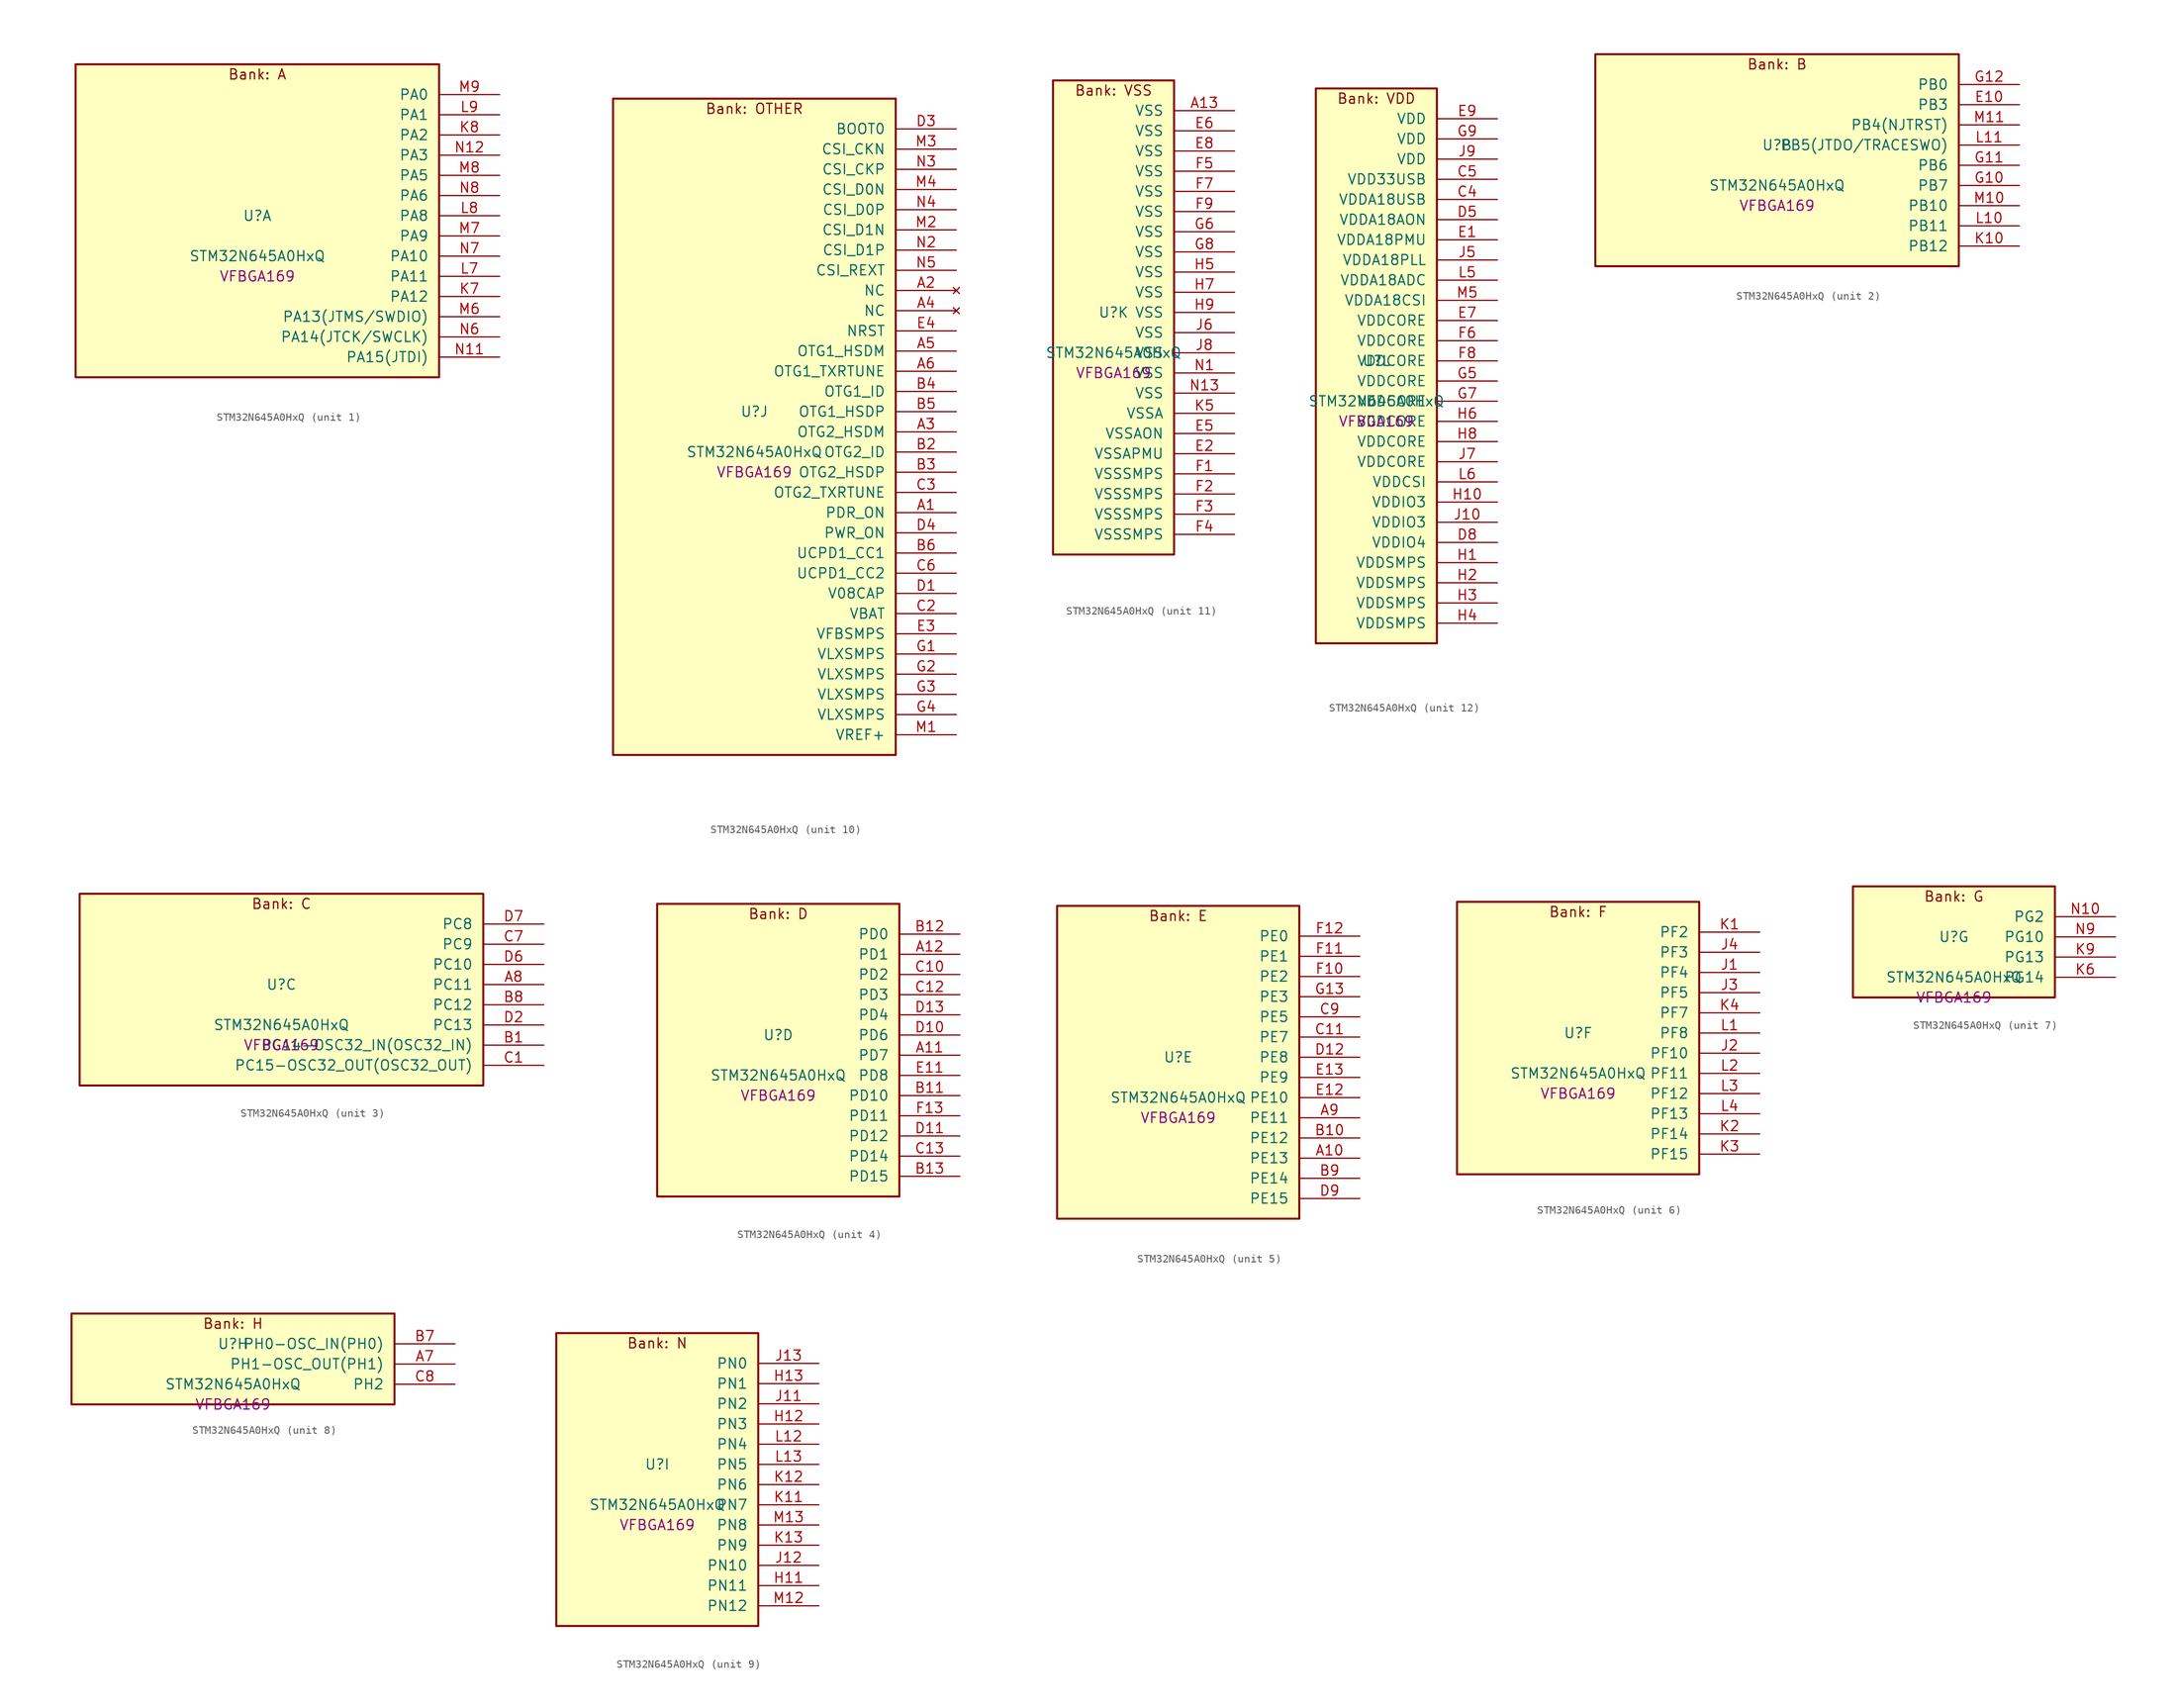
<source format=kicad_sym>
(kicad_symbol_lib
  (version 20241209)
  (generator "stm32_pkl_generator")
  (generator_version "1.0")
  (symbol "STM32N645A0HxQ"
    (pin_names
      (offset 1.27))
    (property "Reference" "U"
      (at 0 2.54 0))
    (property "Value" "STM32N645A0HxQ"
      (at 0 -2.54 0))
    (property "Footprint" "VFBGA169"
      (at 0 -5.08 0))
    (symbol "STM32N645A0HxQ_1_1"
      (rectangle (start -22.86 21.59) (end 22.86 -17.78) (stroke (width 0.254) (type solid)) (fill (type background)))
      (text "Bank: A" (at 0 20.32 0))
      (pin bidirectional line (at 30.48 17.78 180) (length 7.62) (name "PA0") (number "M9") (alternate "PA0/ADC1_INN1" bidirectional line) (alternate "PA0/ADC1_INP0" bidirectional line) (alternate "PA0/ADC2_INN1" bidirectional line) (alternate "PA0/ADC2_INP0" bidirectional line) (alternate "PA0/HDP_HDP0" bidirectional line) (alternate "PA0/I2S6_WS" bidirectional line) (alternate "PA0/LTDC_G3" bidirectional line) (alternate "PA0/PWR_WKUP1" bidirectional line) (alternate "PA0/SAI2_SD_B" bidirectional line) (alternate "PA0/SPI6_NSS" bidirectional line) (alternate "PA0/TIM15_BKIN" bidirectional line) (alternate "PA0/TIM2_CH1" bidirectional line) (alternate "PA0/TIM9_CH1" bidirectional line) (alternate "PA0/UART4_TX" bidirectional line))
      (pin bidirectional line (at 30.48 15.24 180) (length 7.62) (name "PA1") (number "L9") (alternate "PA1/ADC1_INP1" bidirectional line) (alternate "PA1/ADC2_INP1" bidirectional line) (alternate "PA1/DCMIPP_D0" bidirectional line) (alternate "PA1/DCMI_D0" bidirectional line) (alternate "PA1/HDP_HDP1" bidirectional line) (alternate "PA1/LTDC_G2" bidirectional line) (alternate "PA1/PSSI_D0" bidirectional line) (alternate "PA1/SAI2_MCLK_B" bidirectional line) (alternate "PA1/TIM15_CH1N" bidirectional line) (alternate "PA1/TIM2_CH2" bidirectional line) (alternate "PA1/UART4_RX" bidirectional line))
      (pin bidirectional line (at 30.48 12.7 180) (length 7.62) (name "PA2") (number "K8") (alternate "PA2/ADC1_INP14" bidirectional line) (alternate "PA2/ADC2_INP14" bidirectional line) (alternate "PA2/HDP_HDP2" bidirectional line) (alternate "PA2/LTDC_B7" bidirectional line) (alternate "PA2/MDIOS_MDIO" bidirectional line) (alternate "PA2/PWR_WKUP2" bidirectional line) (alternate "PA2/SAI2_SCK_B" bidirectional line) (alternate "PA2/TIM15_CH1" bidirectional line) (alternate "PA2/TIM2_CH3" bidirectional line))
      (pin bidirectional line (at 30.48 10.16 180) (length 7.62) (name "PA3") (number "N12") (alternate "PA3/SAI1_SD_B" bidirectional line) (alternate "PA3/SPI5_NSS" bidirectional line) (alternate "PA3/TIM16_CH1" bidirectional line) (alternate "PA3/UART7_RX" bidirectional line))
      (pin bidirectional line (at 30.48 7.62 180) (length 7.62) (name "PA5") (number "M8") (alternate "PA5/ADC2_INP18" bidirectional line) (alternate "PA5/DCMIPP_D8" bidirectional line) (alternate "PA5/DCMI_D8" bidirectional line) (alternate "PA5/HDP_HDP5" bidirectional line) (alternate "PA5/I2S1_CK" bidirectional line) (alternate "PA5/I2S6_CK" bidirectional line) (alternate "PA5/I3C1_SCL" bidirectional line) (alternate "PA5/LTDC_CLK" bidirectional line) (alternate "PA5/PSSI_D8" bidirectional line) (alternate "PA5/PWR_CSTOP" bidirectional line) (alternate "PA5/SPI1_SCK" bidirectional line) (alternate "PA5/SPI6_SCK" bidirectional line) (alternate "PA5/TIM10_CH1" bidirectional line) (alternate "PA5/TIM2_CH1" bidirectional line) (alternate "PA5/TIM2_ETR" bidirectional line) (alternate "PA5/TIM9_CH2" bidirectional line))
      (pin bidirectional line (at 30.48 5.08 180) (length 7.62) (name "PA6") (number "N8") (alternate "PA6/ADC1_INP3" bidirectional line) (alternate "PA6/ADC2_INP3" bidirectional line) (alternate "PA6/BOOT1" bidirectional line) (alternate "PA6/DCMIPP_PIXCLK" bidirectional line) (alternate "PA6/DCMI_PIXCLK" bidirectional line) (alternate "PA6/HDP_HDP6" bidirectional line) (alternate "PA6/I2S1_SDI" bidirectional line) (alternate "PA6/I2S6_SDI" bidirectional line) (alternate "PA6/I3C1_SDA" bidirectional line) (alternate "PA6/LTDC_B7" bidirectional line) (alternate "PA6/LTDC_HSYNC" bidirectional line) (alternate "PA6/MDIOS_MDC" bidirectional line) (alternate "PA6/PSSI_PDCK" bidirectional line) (alternate "PA6/SPI1_MISO" bidirectional line) (alternate "PA6/SPI6_MISO" bidirectional line) (alternate "PA6/TIM13_CH1" bidirectional line) (alternate "PA6/TIM1_BKIN" bidirectional line) (alternate "PA6/TIM3_CH1" bidirectional line))
      (pin bidirectional line (at 30.48 2.54 180) (length 7.62) (name "PA8") (number "L8") (alternate "PA8/ADC1_INP5" bidirectional line) (alternate "PA8/ADC2_INP5" bidirectional line) (alternate "PA8/HDP_HDP0" bidirectional line) (alternate "PA8/I2C3_SCL" bidirectional line) (alternate "PA8/I3C2_SCL" bidirectional line) (alternate "PA8/LTDC_B6" bidirectional line) (alternate "PA8/RCC_MCO_1" bidirectional line) (alternate "PA8/TIM11_CH1" bidirectional line) (alternate "PA8/TIM1_CH1" bidirectional line) (alternate "PA8/UART7_RX" bidirectional line) (alternate "PA8/USART1_CK" bidirectional line))
      (pin bidirectional line (at 30.48 0 180) (length 7.62) (name "PA9") (number "M7") (alternate "PA9/ADC1_INP10" bidirectional line) (alternate "PA9/ADC2_INP10" bidirectional line) (alternate "PA9/DCMIPP_D0" bidirectional line) (alternate "PA9/DCMI_D0" bidirectional line) (alternate "PA9/HDP_HDP1" bidirectional line) (alternate "PA9/I2C3_SDA" bidirectional line) (alternate "PA9/I2S2_CK" bidirectional line) (alternate "PA9/I3C2_SDA" bidirectional line) (alternate "PA9/LPUART1_TX" bidirectional line) (alternate "PA9/LTDC_B5" bidirectional line) (alternate "PA9/PSSI_D0" bidirectional line) (alternate "PA9/SPI2_SCK" bidirectional line) (alternate "PA9/TIM1_CH2" bidirectional line) (alternate "PA9/USART1_TX" bidirectional line))
      (pin bidirectional line (at 30.48 -2.54 180) (length 7.62) (name "PA10") (number "N7") (alternate "PA10/ADC1_INN10" bidirectional line) (alternate "PA10/ADC1_INP11" bidirectional line) (alternate "PA10/ADC2_INN10" bidirectional line) (alternate "PA10/ADC2_INP11" bidirectional line) (alternate "PA10/DCMIPP_D1" bidirectional line) (alternate "PA10/DCMI_D1" bidirectional line) (alternate "PA10/HDP_HDP2" bidirectional line) (alternate "PA10/LPUART1_RX" bidirectional line) (alternate "PA10/LTDC_B4" bidirectional line) (alternate "PA10/MDIOS_MDIO" bidirectional line) (alternate "PA10/PSSI_D1" bidirectional line) (alternate "PA10/PWR_CSLEEP" bidirectional line) (alternate "PA10/TIM1_CH3" bidirectional line) (alternate "PA10/USART1_RX" bidirectional line))
      (pin bidirectional line (at 30.48 -5.08 180) (length 7.62) (name "PA11") (number "L7") (alternate "PA11/ADC1_EXTI11" bidirectional line) (alternate "PA11/ADC1_INN11" bidirectional line) (alternate "PA11/ADC1_INP12" bidirectional line) (alternate "PA11/ADC2_EXTI11" bidirectional line) (alternate "PA11/ADC2_INN11" bidirectional line) (alternate "PA11/ADC2_INP12" bidirectional line) (alternate "PA11/FDCAN1_RX" bidirectional line) (alternate "PA11/HDP_HDP3" bidirectional line) (alternate "PA11/I2S2_WS" bidirectional line) (alternate "PA11/LPUART1_CTS" bidirectional line) (alternate "PA11/LTDC_B3" bidirectional line) (alternate "PA11/SPI2_NSS" bidirectional line) (alternate "PA11/TIM1_CH4" bidirectional line) (alternate "PA11/UART4_RX" bidirectional line) (alternate "PA11/USART1_CTS" bidirectional line) (alternate "PA11/USART1_NSS" bidirectional line))
      (pin bidirectional line (at 30.48 -7.62 180) (length 7.62) (name "PA12") (number "K7") (alternate "PA12/ADC1_INN12" bidirectional line) (alternate "PA12/ADC1_INP13" bidirectional line) (alternate "PA12/ADC2_INN12" bidirectional line) (alternate "PA12/ADC2_INP13" bidirectional line) (alternate "PA12/FDCAN1_TX" bidirectional line) (alternate "PA12/HDP_HDP4" bidirectional line) (alternate "PA12/I2S2_CK" bidirectional line) (alternate "PA12/LPUART1_RTS" bidirectional line) (alternate "PA12/LTDC_B2" bidirectional line) (alternate "PA12/SAI2_FS_B" bidirectional line) (alternate "PA12/SPI2_SCK" bidirectional line) (alternate "PA12/TIM1_ETR" bidirectional line) (alternate "PA12/UART4_TX" bidirectional line) (alternate "PA12/USART1_RTS" bidirectional line))
      (pin bidirectional line (at 30.48 -10.16 180) (length 7.62) (name "PA13(JTMS/SWDIO)") (number "M6") (alternate "PA13(JTMS/SWDIO)/DEBUG_JTMS-SWDIO" bidirectional line) (alternate "PA13(JTMS/SWDIO)/HDP_HDP5" bidirectional line))
      (pin bidirectional line (at 30.48 -12.7 180) (length 7.62) (name "PA14(JTCK/SWCLK)") (number "N6") (alternate "PA14(JTCK/SWCLK)/DEBUG_JTCK-SWCLK" bidirectional line) (alternate "PA14(JTCK/SWCLK)/HDP_HDP6" bidirectional line))
      (pin bidirectional line (at 30.48 -15.24 180) (length 7.62) (name "PA15(JTDI)") (number "N11") (alternate "PA15(JTDI)/ADC1_EXTI15" bidirectional line) (alternate "PA15(JTDI)/ADC2_EXTI15" bidirectional line) (alternate "PA15(JTDI)/DEBUG_JTDI" bidirectional line) (alternate "PA15(JTDI)/HDP_HDP7" bidirectional line) (alternate "PA15(JTDI)/I2S1_WS" bidirectional line) (alternate "PA15(JTDI)/I2S3_WS" bidirectional line) (alternate "PA15(JTDI)/I2S6_WS" bidirectional line) (alternate "PA15(JTDI)/LTDC_R5" bidirectional line) (alternate "PA15(JTDI)/SPI1_NSS" bidirectional line) (alternate "PA15(JTDI)/SPI3_NSS" bidirectional line) (alternate "PA15(JTDI)/SPI6_NSS" bidirectional line) (alternate "PA15(JTDI)/TIM2_CH1" bidirectional line) (alternate "PA15(JTDI)/TIM2_ETR" bidirectional line) (alternate "PA15(JTDI)/UART4_DE" bidirectional line) (alternate "PA15(JTDI)/UART4_RTS" bidirectional line) (alternate "PA15(JTDI)/UART7_TX" bidirectional line)))
    (symbol "STM32N645A0HxQ_2_1"
      (rectangle (start -22.86 13.97) (end 22.86 -12.7) (stroke (width 0.254) (type solid)) (fill (type background)))
      (text "Bank: B" (at 0 12.7 0))
      (pin bidirectional line (at 30.48 10.16 180) (length 7.62) (name "PB0") (number "G12") (alternate "PB0/ADF1_SDI0" bidirectional line) (alternate "PB0/DCMIPP_D4" bidirectional line) (alternate "PB0/DCMI_D4" bidirectional line) (alternate "PB0/DEBUG_TRACED1" bidirectional line) (alternate "PB0/MDF1_SDI2" bidirectional line) (alternate "PB0/PSSI_D4" bidirectional line) (alternate "PB0/SAI1_D2" bidirectional line) (alternate "PB0/SAI1_FS_A" bidirectional line) (alternate "PB0/SPI4_NSS" bidirectional line) (alternate "PB0/TIM15_CH1N" bidirectional line) (alternate "PB0/TIM1_CH4" bidirectional line))
      (pin bidirectional line (at 30.48 7.62 180) (length 7.62) (name "PB3") (number "E10") (alternate "PB3/DEBUG_JTDO-SWO" bidirectional line) (alternate "PB3/DEBUG_TRACECLK" bidirectional line) (alternate "PB3/GFXTIM_FCKCAL" bidirectional line) (alternate "PB3/GFXTIM_LCKCAL" bidirectional line) (alternate "PB3/HDP_HDP0" bidirectional line) (alternate "PB3/MDF1_CKI1" bidirectional line) (alternate "PB3/SAI2_FS_B" bidirectional line) (alternate "PB3/TIM1_CH4N" bidirectional line) (alternate "PB3/USART1_CK" bidirectional line))
      (pin bidirectional line (at 30.48 5.08 180) (length 7.62) (name "PB4(NJTRST)") (number "M11") (alternate "PB4(NJTRST)/DCMIPP_VSYNC" bidirectional line) (alternate "PB4(NJTRST)/DCMI_VSYNC" bidirectional line) (alternate "PB4(NJTRST)/DEBUG_NJTRST" bidirectional line) (alternate "PB4(NJTRST)/HDP_HDP4" bidirectional line) (alternate "PB4(NJTRST)/I2S1_SDI" bidirectional line) (alternate "PB4(NJTRST)/I2S2_WS" bidirectional line) (alternate "PB4(NJTRST)/I2S3_SDI" bidirectional line) (alternate "PB4(NJTRST)/I2S6_SDI" bidirectional line) (alternate "PB4(NJTRST)/LTDC_R3" bidirectional line) (alternate "PB4(NJTRST)/PSSI_RDY" bidirectional line) (alternate "PB4(NJTRST)/SPI1_MISO" bidirectional line) (alternate "PB4(NJTRST)/SPI2_NSS" bidirectional line) (alternate "PB4(NJTRST)/SPI3_MISO" bidirectional line) (alternate "PB4(NJTRST)/SPI6_MISO" bidirectional line) (alternate "PB4(NJTRST)/TIM16_BKIN" bidirectional line) (alternate "PB4(NJTRST)/TIM3_CH1" bidirectional line) (alternate "PB4(NJTRST)/UART7_TX" bidirectional line))
      (pin bidirectional line (at 30.48 2.54 180) (length 7.62) (name "PB5(JTDO/TRACESWO)") (number "L11") (alternate "PB5(JTDO/TRACESWO)/DCMIPP_D10" bidirectional line) (alternate "PB5(JTDO/TRACESWO)/DCMI_D10" bidirectional line) (alternate "PB5(JTDO/TRACESWO)/DEBUG_JTDO-SWO" bidirectional line) (alternate "PB5(JTDO/TRACESWO)/FDCAN2_RX" bidirectional line) (alternate "PB5(JTDO/TRACESWO)/HDP_HDP5" bidirectional line) (alternate "PB5(JTDO/TRACESWO)/I2S1_SDO" bidirectional line) (alternate "PB5(JTDO/TRACESWO)/I2S3_SDO" bidirectional line) (alternate "PB5(JTDO/TRACESWO)/I2S6_SDO" bidirectional line) (alternate "PB5(JTDO/TRACESWO)/LTDC_R2" bidirectional line) (alternate "PB5(JTDO/TRACESWO)/PSSI_D10" bidirectional line) (alternate "PB5(JTDO/TRACESWO)/SPI1_MOSI" bidirectional line) (alternate "PB5(JTDO/TRACESWO)/SPI3_MOSI" bidirectional line) (alternate "PB5(JTDO/TRACESWO)/SPI6_MOSI" bidirectional line) (alternate "PB5(JTDO/TRACESWO)/TIM3_CH2" bidirectional line) (alternate "PB5(JTDO/TRACESWO)/UART5_RX" bidirectional line))
      (pin bidirectional line (at 30.48 0 180) (length 7.62) (name "PB6") (number "G11") (alternate "PB6/ADF1_CCK1" bidirectional line) (alternate "PB6/DCMIPP_D6" bidirectional line) (alternate "PB6/DCMI_D6" bidirectional line) (alternate "PB6/DEBUG_TRACED2" bidirectional line) (alternate "PB6/MDF1_CCK1" bidirectional line) (alternate "PB6/PSSI_D6" bidirectional line) (alternate "PB6/SAI1_CK2" bidirectional line) (alternate "PB6/SAI1_SCK_A" bidirectional line) (alternate "PB6/SPI4_MISO" bidirectional line) (alternate "PB6/TIM15_CH1" bidirectional line))
      (pin bidirectional line (at 30.48 -2.54 180) (length 7.62) (name "PB7") (number "G10") (alternate "PB7/ADF1_SDI0" bidirectional line) (alternate "PB7/DCMIPP_D7" bidirectional line) (alternate "PB7/DCMI_D7" bidirectional line) (alternate "PB7/DEBUG_TRACED3" bidirectional line) (alternate "PB7/MDF1_SDI1" bidirectional line) (alternate "PB7/PSSI_D7" bidirectional line) (alternate "PB7/SAI1_D1" bidirectional line) (alternate "PB7/SAI1_SD_A" bidirectional line) (alternate "PB7/SAI2_MCLK_B" bidirectional line) (alternate "PB7/SPI4_MOSI" bidirectional line) (alternate "PB7/TIM15_CH2" bidirectional line) (alternate "PB7/TIM1_BKIN2" bidirectional line))
      (pin bidirectional line (at 30.48 -5.08 180) (length 7.62) (name "PB10") (number "M10") (alternate "PB10/ADC1_INN4" bidirectional line) (alternate "PB10/ADC1_INP8" bidirectional line) (alternate "PB10/ADC2_INN4" bidirectional line) (alternate "PB10/ADC2_INP8" bidirectional line) (alternate "PB10/HDP_HDP2" bidirectional line) (alternate "PB10/I2C2_SCL" bidirectional line) (alternate "PB10/I2S2_CK" bidirectional line) (alternate "PB10/I3C2_SCL" bidirectional line) (alternate "PB10/LPTIM2_IN1" bidirectional line) (alternate "PB10/LTDC_G7" bidirectional line) (alternate "PB10/SPI2_SCK" bidirectional line) (alternate "PB10/TIM2_CH3" bidirectional line) (alternate "PB10/USART3_TX" bidirectional line))
      (pin bidirectional line (at 30.48 -7.62 180) (length 7.62) (name "PB11") (number "L10") (alternate "PB11/ADC1_EXTI11" bidirectional line) (alternate "PB11/ADC1_INP4" bidirectional line) (alternate "PB11/ADC2_EXTI11" bidirectional line) (alternate "PB11/ADC2_INP4" bidirectional line) (alternate "PB11/HDP_HDP3" bidirectional line) (alternate "PB11/I2C2_SDA" bidirectional line) (alternate "PB11/I3C2_SDA" bidirectional line) (alternate "PB11/LPTIM2_ETR" bidirectional line) (alternate "PB11/LTDC_G6" bidirectional line) (alternate "PB11/TIM2_CH4" bidirectional line) (alternate "PB11/USART3_RX" bidirectional line))
      (pin bidirectional line (at 30.48 -10.16 180) (length 7.62) (name "PB12") (number "K10") (alternate "PB12/FDCAN2_RX" bidirectional line) (alternate "PB12/HDP_HDP4" bidirectional line) (alternate "PB12/I2C2_SMBA" bidirectional line) (alternate "PB12/I2S2_WS" bidirectional line) (alternate "PB12/LPTIM2_IN2" bidirectional line) (alternate "PB12/LTDC_G5" bidirectional line) (alternate "PB12/SPI2_NSS" bidirectional line) (alternate "PB12/TIM1_BKIN" bidirectional line) (alternate "PB12/UART5_RX" bidirectional line) (alternate "PB12/USART3_CK" bidirectional line)))
    (symbol "STM32N645A0HxQ_3_1"
      (rectangle (start -25.4 13.97) (end 25.4 -10.16) (stroke (width 0.254) (type solid)) (fill (type background)))
      (text "Bank: C" (at 0 12.7 0))
      (pin bidirectional line (at 33.02 10.16 180) (length 7.62) (name "PC8") (number "D7") (alternate "PC8/DCMIPP_D2" bidirectional line) (alternate "PC8/DCMI_D2" bidirectional line) (alternate "PC8/DEBUG_TRACED1" bidirectional line) (alternate "PC8/HDP_HDP0" bidirectional line) (alternate "PC8/I2C3_SMBA" bidirectional line) (alternate "PC8/LTDC_B0" bidirectional line) (alternate "PC8/PSSI_D2" bidirectional line) (alternate "PC8/TIM3_CH3" bidirectional line) (alternate "PC8/UART5_DE" bidirectional line) (alternate "PC8/UART5_RTS" bidirectional line) (alternate "PC8/UCPD1_FRSTX1" bidirectional line) (alternate "PC8/USART6_CK" bidirectional line))
      (pin bidirectional line (at 33.02 7.62 180) (length 7.62) (name "PC9") (number "C7") (alternate "PC9/AUDIOCLK" bidirectional line) (alternate "PC9/DCMIPP_D3" bidirectional line) (alternate "PC9/DCMI_D3" bidirectional line) (alternate "PC9/HDP_HDP1" bidirectional line) (alternate "PC9/I2C3_SDA" bidirectional line) (alternate "PC9/LTDC_B3" bidirectional line) (alternate "PC9/PSSI_D3" bidirectional line) (alternate "PC9/RCC_MCO_2" bidirectional line) (alternate "PC9/TIM3_CH4" bidirectional line) (alternate "PC9/UART5_CTS" bidirectional line) (alternate "PC9/UCPD1_FRSTX2" bidirectional line) (alternate "PC9/USART6_RX" bidirectional line))
      (pin bidirectional line (at 33.02 5.08 180) (length 7.62) (name "PC10") (number "D6") (alternate "PC10/DCMIPP_D14" bidirectional line) (alternate "PC10/HDP_HDP2" bidirectional line) (alternate "PC10/I2C4_SCL" bidirectional line) (alternate "PC10/I2S3_CK" bidirectional line) (alternate "PC10/I3C2_SCL" bidirectional line) (alternate "PC10/PSSI_D14" bidirectional line) (alternate "PC10/SPI3_SCK" bidirectional line) (alternate "PC10/TIM1_BKIN" bidirectional line) (alternate "PC10/UART4_TX" bidirectional line) (alternate "PC10/USART3_TX" bidirectional line))
      (pin bidirectional line (at 33.02 2.54 180) (length 7.62) (name "PC11") (number "A8") (alternate "PC11/ADC1_EXTI11" bidirectional line) (alternate "PC11/ADC2_EXTI11" bidirectional line) (alternate "PC11/DCMIPP_D4" bidirectional line) (alternate "PC11/DCMI_D4" bidirectional line) (alternate "PC11/HDP_HDP3" bidirectional line) (alternate "PC11/I2C4_SDA" bidirectional line) (alternate "PC11/I2S3_SDI" bidirectional line) (alternate "PC11/I3C2_SDA" bidirectional line) (alternate "PC11/PSSI_D4" bidirectional line) (alternate "PC11/SPI3_MISO" bidirectional line) (alternate "PC11/UART4_RX" bidirectional line) (alternate "PC11/USART3_RX" bidirectional line))
      (pin bidirectional line (at 33.02 0 180) (length 7.62) (name "PC12") (number "B8") (alternate "PC12/DCMIPP_D9" bidirectional line) (alternate "PC12/DCMI_D9" bidirectional line) (alternate "PC12/DEBUG_TRACED3" bidirectional line) (alternate "PC12/HDP_HDP4" bidirectional line) (alternate "PC12/I2S3_SDO" bidirectional line) (alternate "PC12/I2S6_CK" bidirectional line) (alternate "PC12/PSSI_D9" bidirectional line) (alternate "PC12/SPI3_MOSI" bidirectional line) (alternate "PC12/SPI6_SCK" bidirectional line) (alternate "PC12/TIM15_CH1" bidirectional line) (alternate "PC12/TIM1_CH4" bidirectional line) (alternate "PC12/UART5_TX" bidirectional line) (alternate "PC12/USART3_CK" bidirectional line))
      (pin bidirectional line (at 33.02 -2.54 180) (length 7.62) (name "PC13") (number "D2") (alternate "PC13/HDP_HDP5" bidirectional line) (alternate "PC13/PWR_WKUP3" bidirectional line) (alternate "PC13/RTC_OUT1" bidirectional line) (alternate "PC13/RTC_TS" bidirectional line) (alternate "PC13/TAMP_IN1" bidirectional line) (alternate "PC13/TAMP_OUT2" bidirectional line))
      (pin bidirectional line (at 33.02 -5.08 180) (length 7.62) (name "PC14-OSC32_IN(OSC32_IN)") (number "B1") (alternate "PC14-OSC32_IN(OSC32_IN)/RCC_OSC32_IN" bidirectional line))
      (pin bidirectional line (at 33.02 -7.62 180) (length 7.62) (name "PC15-OSC32_OUT(OSC32_OUT)") (number "C1") (alternate "PC15-OSC32_OUT(OSC32_OUT)/ADC1_EXTI15" bidirectional line) (alternate "PC15-OSC32_OUT(OSC32_OUT)/ADC2_EXTI15" bidirectional line) (alternate "PC15-OSC32_OUT(OSC32_OUT)/RCC_OSC32_OUT" bidirectional line)))
    (symbol "STM32N645A0HxQ_4_1"
      (rectangle (start -15.24 19.05) (end 15.24 -17.78) (stroke (width 0.254) (type solid)) (fill (type background)))
      (text "Bank: D" (at 0 17.78 0))
      (pin bidirectional line (at 22.86 15.24 180) (length 7.62) (name "PD0") (number "B12") (alternate "PD0/DCMIPP_HSYNC" bidirectional line) (alternate "PD0/DCMI_HSYNC" bidirectional line) (alternate "PD0/FDCAN1_RX" bidirectional line) (alternate "PD0/PSSI_DE" bidirectional line) (alternate "PD0/TIM1_ETR" bidirectional line) (alternate "PD0/UART4_RX" bidirectional line))
      (pin bidirectional line (at 22.86 12.7 180) (length 7.62) (name "PD1") (number "A12") (alternate "PD1/ETH1_MDC" bidirectional line) (alternate "PD1/FDCAN1_TX" bidirectional line) (alternate "PD1/UART4_TX" bidirectional line))
      (pin bidirectional line (at 22.86 10.16 180) (length 7.62) (name "PD2") (number "C10") (alternate "PD2/ADF1_SDI0" bidirectional line) (alternate "PD2/DEBUG_TRACED0" bidirectional line) (alternate "PD2/HDP_HDP1" bidirectional line) (alternate "PD2/I2S2_SDO" bidirectional line) (alternate "PD2/MDF1_SDI1" bidirectional line) (alternate "PD2/MDIOS_MDC" bidirectional line) (alternate "PD2/PWR_WKUP4" bidirectional line) (alternate "PD2/SAI1_D1" bidirectional line) (alternate "PD2/SAI1_SD_A" bidirectional line) (alternate "PD2/SPI2_MOSI" bidirectional line) (alternate "PD2/TIM15_CH1N" bidirectional line) (alternate "PD2/TIM1_CH3" bidirectional line))
      (pin bidirectional line (at 22.86 7.62 180) (length 7.62) (name "PD3") (number "C12") (alternate "PD3/DCMIPP_D14" bidirectional line) (alternate "PD3/ETH1_PHY_INTN" bidirectional line) (alternate "PD3/I2C2_SMBA" bidirectional line) (alternate "PD3/PSSI_D14" bidirectional line) (alternate "PD3/USART6_CTS" bidirectional line))
      (pin bidirectional line (at 22.86 5.08 180) (length 7.62) (name "PD4") (number "D13") (alternate "PD4/DCMIPP_D9" bidirectional line) (alternate "PD4/DCMI_D9" bidirectional line) (alternate "PD4/I2C2_SDA" bidirectional line) (alternate "PD4/PSSI_D9" bidirectional line) (alternate "PD4/SPI5_MISO" bidirectional line) (alternate "PD4/TAMP_IN7" bidirectional line) (alternate "PD4/TAMP_OUT8" bidirectional line) (alternate "PD4/TIM1_BKIN2" bidirectional line) (alternate "PD4/USART6_RTS" bidirectional line))
      (pin bidirectional line (at 22.86 2.54 180) (length 7.62) (name "PD6") (number "D10") (alternate "PD6/HDP_HDP2" bidirectional line) (alternate "PD6/I2S2_SDI" bidirectional line) (alternate "PD6/SPI2_MISO" bidirectional line) (alternate "PD6/TIM15_CH2" bidirectional line) (alternate "PD6/TIM1_CH1" bidirectional line))
      (pin bidirectional line (at 22.86 0 180) (length 7.62) (name "PD7") (number "A11") (alternate "PD7/DCMIPP_D0" bidirectional line) (alternate "PD7/DCMI_D0" bidirectional line) (alternate "PD7/HDP_HDP3" bidirectional line) (alternate "PD7/I2S2_SDO" bidirectional line) (alternate "PD7/I2S3_WS" bidirectional line) (alternate "PD7/PSSI_D0" bidirectional line) (alternate "PD7/SPI2_MOSI" bidirectional line) (alternate "PD7/SPI3_NSS" bidirectional line) (alternate "PD7/TIM15_CH1N" bidirectional line) (alternate "PD7/TIM1_CH2" bidirectional line))
      (pin bidirectional line (at 22.86 -2.54 180) (length 7.62) (name "PD8") (number "E11") (alternate "PD8/DCMIPP_D11" bidirectional line) (alternate "PD8/DCMI_D11" bidirectional line) (alternate "PD8/LTDC_R7" bidirectional line) (alternate "PD8/PSSI_D11" bidirectional line) (alternate "PD8/TAMP_IN3" bidirectional line) (alternate "PD8/TAMP_OUT4" bidirectional line) (alternate "PD8/USART3_TX" bidirectional line))
      (pin bidirectional line (at 22.86 -5.08 180) (length 7.62) (name "PD10") (number "B11") (alternate "PD10/DEBUG_TRACECLK" bidirectional line) (alternate "PD10/GFXTIM_TE" bidirectional line) (alternate "PD10/HDP_HDP4" bidirectional line) (alternate "PD10/I2S1_MCK" bidirectional line) (alternate "PD10/MDF1_CKI3" bidirectional line) (alternate "PD10/SAI2_FS_B" bidirectional line) (alternate "PD10/TIM1_ETR" bidirectional line) (alternate "PD10/UCPD1_FRSTX1" bidirectional line))
      (pin bidirectional line (at 22.86 -7.62 180) (length 7.62) (name "PD11") (number "F13") (alternate "PD11/ADC1_EXTI11" bidirectional line) (alternate "PD11/ADC2_EXTI11" bidirectional line) (alternate "PD11/DCMIPP_D15" bidirectional line) (alternate "PD11/I2C4_SDA" bidirectional line) (alternate "PD11/I2S2_SDI" bidirectional line) (alternate "PD11/PSSI_D15" bidirectional line) (alternate "PD11/SPI2_MISO" bidirectional line) (alternate "PD11/UCPD1_FRSTX1" bidirectional line))
      (pin bidirectional line (at 22.86 -10.16 180) (length 7.62) (name "PD12") (number "D11") (alternate "PD12/DCMIPP_D12" bidirectional line) (alternate "PD12/DCMI_D12" bidirectional line) (alternate "PD12/ETH1_MDIO" bidirectional line) (alternate "PD12/HDP_HDP5" bidirectional line) (alternate "PD12/MDF1_SDI3" bidirectional line) (alternate "PD12/PSSI_D12" bidirectional line) (alternate "PD12/SAI1_D3" bidirectional line) (alternate "PD12/UCPD1_FRSTX2" bidirectional line))
      (pin bidirectional line (at 22.86 -12.7 180) (length 7.62) (name "PD14") (number "C13") (alternate "PD14/I2C2_SCL" bidirectional line))
      (pin bidirectional line (at 22.86 -15.24 180) (length 7.62) (name "PD15") (number "B13") (alternate "PD15/ADC1_EXTI15" bidirectional line) (alternate "PD15/ADC2_EXTI15" bidirectional line) (alternate "PD15/I2C2_SDA" bidirectional line) (alternate "PD15/LTDC_R2" bidirectional line)))
    (symbol "STM32N645A0HxQ_5_1"
      (rectangle (start -15.24 21.59) (end 15.24 -17.78) (stroke (width 0.254) (type solid)) (fill (type background)))
      (text "Bank: E" (at 0 20.32 0))
      (pin bidirectional line (at 22.86 17.78 180) (length 7.62) (name "PE0") (number "F12") (alternate "PE0/DCMIPP_D2" bidirectional line) (alternate "PE0/DCMI_D2" bidirectional line) (alternate "PE0/LPTIM2_ETR" bidirectional line) (alternate "PE0/PSSI_D2" bidirectional line) (alternate "PE0/SAI2_MCLK_A" bidirectional line) (alternate "PE0/TAMP_IN6" bidirectional line) (alternate "PE0/TAMP_OUT5" bidirectional line) (alternate "PE0/USART3_RX" bidirectional line))
      (pin bidirectional line (at 22.86 15.24 180) (length 7.62) (name "PE1") (number "F11") (alternate "PE1/DCMIPP_D8" bidirectional line) (alternate "PE1/DCMI_D8" bidirectional line) (alternate "PE1/LPTIM2_CH2" bidirectional line) (alternate "PE1/PSSI_D8" bidirectional line) (alternate "PE1/USART3_TX" bidirectional line))
      (pin bidirectional line (at 22.86 12.7 180) (length 7.62) (name "PE2") (number "F10") (alternate "PE2/ADF1_CCK0" bidirectional line) (alternate "PE2/DEBUG_TRACECLK" bidirectional line) (alternate "PE2/MDF1_CCK0" bidirectional line) (alternate "PE2/SAI1_CK1" bidirectional line) (alternate "PE2/SAI1_MCLK_A" bidirectional line) (alternate "PE2/SPI4_SCK" bidirectional line) (alternate "PE2/TIM1_CH2N" bidirectional line) (alternate "PE2/UCPD1_FRSTX1" bidirectional line))
      (pin bidirectional line (at 22.86 10.16 180) (length 7.62) (name "PE3") (number "G13") (alternate "PE3/DEBUG_TRACED0" bidirectional line) (alternate "PE3/MDF1_CKI2" bidirectional line) (alternate "PE3/SAI1_SD_B" bidirectional line) (alternate "PE3/TIM15_BKIN" bidirectional line))
      (pin bidirectional line (at 22.86 7.62 180) (length 7.62) (name "PE5") (number "C9") (alternate "PE5/DCMIPP_D5" bidirectional line) (alternate "PE5/DCMI_D5" bidirectional line) (alternate "PE5/FDCAN2_TX" bidirectional line) (alternate "PE5/HDP_HDP6" bidirectional line) (alternate "PE5/I3C1_SCL" bidirectional line) (alternate "PE5/LPUART1_TX" bidirectional line) (alternate "PE5/PSSI_D5" bidirectional line) (alternate "PE5/TIM16_CH1N" bidirectional line) (alternate "PE5/UART5_TX" bidirectional line) (alternate "PE5/USART1_TX" bidirectional line))
      (pin bidirectional line (at 22.86 5.08 180) (length 7.62) (name "PE7") (number "C11") (alternate "PE7/MDF1_CKI0" bidirectional line) (alternate "PE7/SAI2_SD_B" bidirectional line) (alternate "PE7/TIM1_ETR" bidirectional line) (alternate "PE7/UART7_RX" bidirectional line))
      (pin bidirectional line (at 22.86 2.54 180) (length 7.62) (name "PE8") (number "D12") (alternate "PE8/DCMIPP_D4" bidirectional line) (alternate "PE8/DCMI_D4" bidirectional line) (alternate "PE8/MDF1_SDI0" bidirectional line) (alternate "PE8/PSSI_D4" bidirectional line) (alternate "PE8/TIM1_CH1N" bidirectional line) (alternate "PE8/UART7_TX" bidirectional line) (alternate "PE8/USART3_TX" bidirectional line))
      (pin bidirectional line (at 22.86 0 180) (length 7.62) (name "PE9") (number "E13") (alternate "PE9/MDF1_CKI4" bidirectional line) (alternate "PE9/TIM1_CH1" bidirectional line) (alternate "PE9/UART7_RTS" bidirectional line))
      (pin bidirectional line (at 22.86 -2.54 180) (length 7.62) (name "PE10") (number "E12") (alternate "PE10/DCMIPP_D3" bidirectional line) (alternate "PE10/DCMI_D3" bidirectional line) (alternate "PE10/DEBUG_TRACECLK" bidirectional line) (alternate "PE10/MDF1_SDI4" bidirectional line) (alternate "PE10/PSSI_D3" bidirectional line) (alternate "PE10/TIM1_CH2N" bidirectional line) (alternate "PE10/UART7_CTS" bidirectional line) (alternate "PE10/USART3_RX" bidirectional line))
      (pin bidirectional line (at 22.86 -5.08 180) (length 7.62) (name "PE11") (number "A9") (alternate "PE11/ADC1_EXTI11" bidirectional line) (alternate "PE11/ADC2_EXTI11" bidirectional line) (alternate "PE11/FDCAN3_TX" bidirectional line) (alternate "PE11/LTDC_VSYNC" bidirectional line) (alternate "PE11/MDF1_CKI5" bidirectional line) (alternate "PE11/SAI2_SD_B" bidirectional line) (alternate "PE11/SPI4_NSS" bidirectional line) (alternate "PE11/TIM1_CH2" bidirectional line))
      (pin bidirectional line (at 22.86 -7.62 180) (length 7.62) (name "PE12") (number "B10") (alternate "PE12/FDCAN3_RX" bidirectional line) (alternate "PE12/MDF1_SDI5" bidirectional line) (alternate "PE12/SAI2_SCK_B" bidirectional line) (alternate "PE12/SPI4_SCK" bidirectional line) (alternate "PE12/TIM1_CH3N" bidirectional line))
      (pin bidirectional line (at 22.86 -10.16 180) (length 7.62) (name "PE13") (number "A10") (alternate "PE13/ADF1_CCK0" bidirectional line) (alternate "PE13/I2C4_SCL" bidirectional line) (alternate "PE13/SAI2_FS_B" bidirectional line) (alternate "PE13/SPI4_MISO" bidirectional line) (alternate "PE13/TIM1_CH3" bidirectional line))
      (pin bidirectional line (at 22.86 -12.7 180) (length 7.62) (name "PE14") (number "B9") (alternate "PE14/ADF1_CCK1" bidirectional line) (alternate "PE14/GFXTIM_FCKCAL" bidirectional line) (alternate "PE14/GFXTIM_LCKCAL" bidirectional line) (alternate "PE14/I2C4_SDA" bidirectional line) (alternate "PE14/SAI2_MCLK_B" bidirectional line) (alternate "PE14/SPI4_MOSI" bidirectional line) (alternate "PE14/TIM1_CH4" bidirectional line))
      (pin bidirectional line (at 22.86 -15.24 180) (length 7.62) (name "PE15") (number "D9") (alternate "PE15/ADC1_EXTI15" bidirectional line) (alternate "PE15/ADC2_EXTI15" bidirectional line) (alternate "PE15/GFXTIM_FCKCAL" bidirectional line) (alternate "PE15/GFXTIM_LCKCAL" bidirectional line) (alternate "PE15/I2C4_SMBA" bidirectional line) (alternate "PE15/SPI5_SCK" bidirectional line) (alternate "PE15/TIM1_BKIN" bidirectional line)))
    (symbol "STM32N645A0HxQ_6_1"
      (rectangle (start -15.24 19.05) (end 15.24 -15.24) (stroke (width 0.254) (type solid)) (fill (type background)))
      (text "Bank: F" (at 0 17.78 0))
      (pin bidirectional line (at 22.86 15.24 180) (length 7.62) (name "PF2") (number "K1") (alternate "PF2/ETH1_RGMII_CLK125" bidirectional line) (alternate "PF2/FDCAN3_TX" bidirectional line) (alternate "PF2/I2S2_CK" bidirectional line) (alternate "PF2/LTDC_B1" bidirectional line) (alternate "PF2/SPI2_SCK" bidirectional line) (alternate "PF2/TIM1_CH3N" bidirectional line))
      (pin bidirectional line (at 22.86 12.7 180) (length 7.62) (name "PF3") (number "J4") (alternate "PF3/ADC1_INP16" bidirectional line) (alternate "PF3/DCMIPP_HSYNC" bidirectional line) (alternate "PF3/DCMI_HSYNC" bidirectional line) (alternate "PF3/ETH1_PPS_OUT" bidirectional line) (alternate "PF3/FDCAN3_RX" bidirectional line) (alternate "PF3/LTDC_R4" bidirectional line) (alternate "PF3/PSSI_DE" bidirectional line))
      (pin bidirectional line (at 22.86 10.16 180) (length 7.62) (name "PF4") (number "J1") (alternate "PF4/ADC1_INP18" bidirectional line) (alternate "PF4/DCMIPP_HSYNC" bidirectional line) (alternate "PF4/DCMI_HSYNC" bidirectional line) (alternate "PF4/ETH1_MDIO" bidirectional line) (alternate "PF4/HDP_HDP4" bidirectional line) (alternate "PF4/I2S1_WS" bidirectional line) (alternate "PF4/I2S3_WS" bidirectional line) (alternate "PF4/I2S6_WS" bidirectional line) (alternate "PF4/LTDC_R3" bidirectional line) (alternate "PF4/PSSI_DE" bidirectional line) (alternate "PF4/SPI1_NSS" bidirectional line) (alternate "PF4/SPI3_NSS" bidirectional line) (alternate "PF4/SPI6_NSS" bidirectional line))
      (pin bidirectional line (at 22.86 7.62 180) (length 7.62) (name "PF5") (number "J3") (alternate "PF5/DCMIPP_D6" bidirectional line) (alternate "PF5/DCMI_D6" bidirectional line) (alternate "PF5/ETH1_CLK" bidirectional line) (alternate "PF5/LPTIM2_IN2" bidirectional line) (alternate "PF5/LTDC_G0" bidirectional line) (alternate "PF5/PSSI_D6" bidirectional line) (alternate "PF5/SAI2_SD_A" bidirectional line) (alternate "PF5/TIM1_ETR" bidirectional line) (alternate "PF5/USART3_CTS" bidirectional line) (alternate "PF5/USART3_NSS" bidirectional line))
      (pin bidirectional line (at 22.86 5.08 180) (length 7.62) (name "PF7") (number "K4") (alternate "PF7/ADC1_INN5" bidirectional line) (alternate "PF7/ADC1_INP9" bidirectional line) (alternate "PF7/ADC2_INN5" bidirectional line) (alternate "PF7/ADC2_INP9" bidirectional line) (alternate "PF7/ETH1_MII_RX_CLK" bidirectional line) (alternate "PF7/ETH1_RGMII_RX_CLK" bidirectional line) (alternate "PF7/ETH1_RMII_REF_CLK" bidirectional line) (alternate "PF7/GFXTIM_TE" bidirectional line) (alternate "PF7/HDP_HDP0" bidirectional line) (alternate "PF7/I2S1_CK" bidirectional line) (alternate "PF7/LTDC_VSYNC" bidirectional line) (alternate "PF7/SPI1_SCK" bidirectional line) (alternate "PF7/TIM1_CH2N" bidirectional line) (alternate "PF7/TIM3_CH3" bidirectional line) (alternate "PF7/TIM9_CH1" bidirectional line) (alternate "PF7/UART4_CTS" bidirectional line))
      (pin bidirectional line (at 22.86 2.54 180) (length 7.62) (name "PF8") (number "L1") (alternate "PF8/DEBUG_TRACECLK" bidirectional line) (alternate "PF8/ETH1_MII_RXD2" bidirectional line) (alternate "PF8/ETH1_RGMII_RXD2" bidirectional line) (alternate "PF8/LTDC_R6" bidirectional line))
      (pin bidirectional line (at 22.86 0 180) (length 7.62) (name "PF10") (number "J2") (alternate "PF10/DCMIPP_D11" bidirectional line) (alternate "PF10/DCMIPP_D15" bidirectional line) (alternate "PF10/DCMI_D11" bidirectional line) (alternate "PF10/ETH1_MII_RX_DV" bidirectional line) (alternate "PF10/ETH1_RGMII_RX_CTL" bidirectional line) (alternate "PF10/ETH1_RMII_CRS_DV" bidirectional line) (alternate "PF10/LTDC_R1" bidirectional line) (alternate "PF10/MDF1_SDI3" bidirectional line) (alternate "PF10/PSSI_D11" bidirectional line) (alternate "PF10/PSSI_D15" bidirectional line) (alternate "PF10/SAI1_D3" bidirectional line) (alternate "PF10/TIM16_BKIN" bidirectional line) (alternate "PF10/UART7_RX" bidirectional line) (alternate "PF10/UCPD1_FRSTX1" bidirectional line))
      (pin bidirectional line (at 22.86 -2.54 180) (length 7.62) (name "PF11") (number "L2") (alternate "PF11/ADC1_EXTI11" bidirectional line) (alternate "PF11/ADC1_INP2" bidirectional line) (alternate "PF11/ADC2_EXTI11" bidirectional line) (alternate "PF11/DCMIPP_D15" bidirectional line) (alternate "PF11/ETH1_MII_TX_EN" bidirectional line) (alternate "PF11/ETH1_RGMII_TX_CTL" bidirectional line) (alternate "PF11/ETH1_RMII_TX_EN" bidirectional line) (alternate "PF11/LTDC_B0" bidirectional line) (alternate "PF11/PSSI_D15" bidirectional line) (alternate "PF11/SAI2_SD_B" bidirectional line) (alternate "PF11/SPI5_MOSI" bidirectional line))
      (pin bidirectional line (at 22.86 -5.08 180) (length 7.62) (name "PF12") (number "L3") (alternate "PF12/ADC1_INN2" bidirectional line) (alternate "PF12/ADC1_INP6" bidirectional line) (alternate "PF12/DCMIPP_D13" bidirectional line) (alternate "PF12/DCMI_D13" bidirectional line) (alternate "PF12/ETH1_MII_TXD0" bidirectional line) (alternate "PF12/ETH1_RGMII_TXD0" bidirectional line) (alternate "PF12/ETH1_RMII_TXD0" bidirectional line) (alternate "PF12/PSSI_D13" bidirectional line) (alternate "PF12/SPI5_MISO" bidirectional line) (alternate "PF12/USART1_RX" bidirectional line))
      (pin bidirectional line (at 22.86 -7.62 180) (length 7.62) (name "PF13") (number "L4") (alternate "PF13/ADC2_INP2" bidirectional line) (alternate "PF13/DCMIPP_D10" bidirectional line) (alternate "PF13/DCMI_D10" bidirectional line) (alternate "PF13/ETH1_MII_TXD1" bidirectional line) (alternate "PF13/ETH1_RGMII_TXD1" bidirectional line) (alternate "PF13/ETH1_RMII_TXD1" bidirectional line) (alternate "PF13/PSSI_D10" bidirectional line) (alternate "PF13/SPI5_NSS" bidirectional line) (alternate "PF13/USART1_TX" bidirectional line))
      (pin bidirectional line (at 22.86 -10.16 180) (length 7.62) (name "PF14") (number "K2") (alternate "PF14/ADC2_INN2" bidirectional line) (alternate "PF14/ADC2_INP6" bidirectional line) (alternate "PF14/ETH1_MII_RXD0" bidirectional line) (alternate "PF14/ETH1_RGMII_RXD0" bidirectional line) (alternate "PF14/ETH1_RMII_RXD0" bidirectional line) (alternate "PF14/LTDC_G0" bidirectional line) (alternate "PF14/SPI5_MOSI" bidirectional line) (alternate "PF14/TIM2_CH2" bidirectional line) (alternate "PF14/USART1_CTS" bidirectional line))
      (pin bidirectional line (at 22.86 -12.7 180) (length 7.62) (name "PF15") (number "K3") (alternate "PF15/ADC1_EXTI15" bidirectional line) (alternate "PF15/ADC2_EXTI15" bidirectional line) (alternate "PF15/ETH1_MII_RXD1" bidirectional line) (alternate "PF15/ETH1_RGMII_RXD1" bidirectional line) (alternate "PF15/ETH1_RMII_RXD1" bidirectional line) (alternate "PF15/LTDC_G1" bidirectional line) (alternate "PF15/SPI5_SCK" bidirectional line) (alternate "PF15/USART1_RTS" bidirectional line)))
    (symbol "STM32N645A0HxQ_7_1"
      (rectangle (start -12.7 8.89) (end 12.7 -5.08) (stroke (width 0.254) (type solid)) (fill (type background)))
      (text "Bank: G" (at 0 7.62 0))
      (pin bidirectional line (at 20.32 5.08 180) (length 7.62) (name "PG2") (number "N10") (alternate "PG2/DCMIPP_D6" bidirectional line) (alternate "PG2/DCMI_D6" bidirectional line) (alternate "PG2/LTDC_R0" bidirectional line) (alternate "PG2/PSSI_D6" bidirectional line) (alternate "PG2/SAI1_FS_B" bidirectional line) (alternate "PG2/SAI2_MCLK_B" bidirectional line) (alternate "PG2/SPI5_MOSI" bidirectional line) (alternate "PG2/TIM14_CH1" bidirectional line) (alternate "PG2/UART7_CTS" bidirectional line) (alternate "PG2/USART3_RTS" bidirectional line))
      (pin bidirectional line (at 20.32 2.54 180) (length 7.62) (name "PG10") (number "N9") (alternate "PG10/DCMIPP_D2" bidirectional line) (alternate "PG10/DCMI_D2" bidirectional line) (alternate "PG10/FDCAN2_TX" bidirectional line) (alternate "PG10/HDP_HDP5" bidirectional line) (alternate "PG10/I2S2_CK" bidirectional line) (alternate "PG10/LPTIM2_CH1" bidirectional line) (alternate "PG10/LTDC_G4" bidirectional line) (alternate "PG10/PSSI_D2" bidirectional line) (alternate "PG10/SPI2_SCK" bidirectional line) (alternate "PG10/TIM1_CH1N" bidirectional line) (alternate "PG10/UART5_TX" bidirectional line) (alternate "PG10/USART3_CTS" bidirectional line) (alternate "PG10/USART3_NSS" bidirectional line))
      (pin bidirectional line (at 20.32 0 180) (length 7.62) (name "PG13") (number "K9") (alternate "PG13/DCMIPP_D12" bidirectional line) (alternate "PG13/DCMI_D12" bidirectional line) (alternate "PG13/LPTIM2_IN1" bidirectional line) (alternate "PG13/LTDC_DE" bidirectional line) (alternate "PG13/PSSI_D12" bidirectional line) (alternate "PG13/SAI2_FS_A" bidirectional line) (alternate "PG13/USART3_RTS" bidirectional line))
      (pin bidirectional line (at 20.32 -2.54 180) (length 7.62) (name "PG14") (number "K6") (alternate "PG14/DCMIPP_D11" bidirectional line) (alternate "PG14/DCMI_D11" bidirectional line) (alternate "PG14/DEBUG_TRACED1" bidirectional line) (alternate "PG14/I2S6_SDO" bidirectional line) (alternate "PG14/LTDC_B1" bidirectional line) (alternate "PG14/PSSI_D11" bidirectional line) (alternate "PG14/SPI6_MOSI" bidirectional line) (alternate "PG14/USART6_TX" bidirectional line)))
    (symbol "STM32N645A0HxQ_8_1"
      (rectangle (start -20.32 6.35) (end 20.32 -5.08) (stroke (width 0.254) (type solid)) (fill (type background)))
      (text "Bank: H" (at 0 5.08 0))
      (pin bidirectional line (at 27.94 2.54 180) (length 7.62) (name "PH0-OSC_IN(PH0)") (number "B7") (alternate "PH0-OSC_IN(PH0)/RCC_OSC_IN" bidirectional line))
      (pin bidirectional line (at 27.94 0 180) (length 7.62) (name "PH1-OSC_OUT(PH1)") (number "A7") (alternate "PH1-OSC_OUT(PH1)/RCC_OSC_OUT" bidirectional line))
      (pin bidirectional line (at 27.94 -2.54 180) (length 7.62) (name "PH2") (number "C8") (alternate "PH2/DCMIPP_D11" bidirectional line) (alternate "PH2/DCMI_D11" bidirectional line) (alternate "PH2/DEBUG_TRACED2" bidirectional line) (alternate "PH2/FDCAN1_TX" bidirectional line) (alternate "PH2/PSSI_D11" bidirectional line) (alternate "PH2/TIM15_BKIN" bidirectional line) (alternate "PH2/TIM1_ETR" bidirectional line) (alternate "PH2/TIM3_ETR" bidirectional line) (alternate "PH2/UART5_RX" bidirectional line)))
    (symbol "STM32N645A0HxQ_9_1"
      (rectangle (start -12.7 19.05) (end 12.7 -17.78) (stroke (width 0.254) (type solid)) (fill (type background)))
      (text "Bank: N" (at 0 17.78 0))
      (pin bidirectional line (at 20.32 15.24 180) (length 7.62) (name "PN0") (number "J13") (alternate "PN0/XSPIM_P2_DQS0" bidirectional line))
      (pin bidirectional line (at 20.32 12.7 180) (length 7.62) (name "PN1") (number "H13") (alternate "PN1/XSPIM_P2_NCS1" bidirectional line))
      (pin bidirectional line (at 20.32 10.16 180) (length 7.62) (name "PN2") (number "J11") (alternate "PN2/XSPIM_P2_IO0" bidirectional line))
      (pin bidirectional line (at 20.32 7.62 180) (length 7.62) (name "PN3") (number "H12") (alternate "PN3/XSPIM_P2_IO1" bidirectional line))
      (pin bidirectional line (at 20.32 5.08 180) (length 7.62) (name "PN4") (number "L12") (alternate "PN4/XSPIM_P2_IO2" bidirectional line))
      (pin bidirectional line (at 20.32 2.54 180) (length 7.62) (name "PN5") (number "L13") (alternate "PN5/XSPIM_P2_IO3" bidirectional line))
      (pin bidirectional line (at 20.32 0 180) (length 7.62) (name "PN6") (number "K12") (alternate "PN6/XSPIM_P2_CLK" bidirectional line))
      (pin bidirectional line (at 20.32 -2.54 180) (length 7.62) (name "PN7") (number "K11") (alternate "PN7/XSPIM_P2_NCLK" bidirectional line))
      (pin bidirectional line (at 20.32 -5.08 180) (length 7.62) (name "PN8") (number "M13") (alternate "PN8/XSPIM_P2_IO4" bidirectional line))
      (pin bidirectional line (at 20.32 -7.62 180) (length 7.62) (name "PN9") (number "K13") (alternate "PN9/DCMIPP_D5" bidirectional line) (alternate "PN9/DCMI_D5" bidirectional line) (alternate "PN9/PSSI_D5" bidirectional line) (alternate "PN9/XSPIM_P2_IO5" bidirectional line))
      (pin bidirectional line (at 20.32 -10.16 180) (length 7.62) (name "PN10") (number "J12") (alternate "PN10/LTDC_B4" bidirectional line) (alternate "PN10/XSPIM_P2_IO6" bidirectional line))
      (pin bidirectional line (at 20.32 -12.7 180) (length 7.62) (name "PN11") (number "H11") (alternate "PN11/ADC1_EXTI11" bidirectional line) (alternate "PN11/ADC2_EXTI11" bidirectional line) (alternate "PN11/LTDC_B6" bidirectional line) (alternate "PN11/XSPIM_P2_IO7" bidirectional line))
      (pin bidirectional line (at 20.32 -15.24 180) (length 7.62) (name "PN12") (number "M12") (alternate "PN12/XSPIM_P2_NCS2" bidirectional line)))
    (symbol "STM32N645A0HxQ_10_1"
      (rectangle (start -17.78 41.91) (end 17.78 -40.64) (stroke (width 0.254) (type solid)) (fill (type background)))
      (text "Bank: OTHER" (at 0 40.64 0))
      (pin input line (at 25.4 38.1 180) (length 7.62) (name "BOOT0") (number "D3"))
      (pin bidirectional line (at 25.4 35.56 180) (length 7.62) (name "CSI_CKN") (number "M3") (alternate "CSI_CKN/CSI_CKN" bidirectional line))
      (pin bidirectional line (at 25.4 33.02 180) (length 7.62) (name "CSI_CKP") (number "N3") (alternate "CSI_CKP/CSI_CKP" bidirectional line))
      (pin bidirectional line (at 25.4 30.48 180) (length 7.62) (name "CSI_D0N") (number "M4") (alternate "CSI_D0N/CSI_D0N" bidirectional line))
      (pin bidirectional line (at 25.4 27.94 180) (length 7.62) (name "CSI_D0P") (number "N4") (alternate "CSI_D0P/CSI_D0P" bidirectional line))
      (pin bidirectional line (at 25.4 25.4 180) (length 7.62) (name "CSI_D1N") (number "M2") (alternate "CSI_D1N/CSI_D1N" bidirectional line))
      (pin bidirectional line (at 25.4 22.86 180) (length 7.62) (name "CSI_D1P") (number "N2") (alternate "CSI_D1P/CSI_D1P" bidirectional line))
      (pin bidirectional line (at 25.4 20.32 180) (length 7.62) (name "CSI_REXT") (number "N5") (alternate "CSI_REXT/CSI_REXT" bidirectional line))
      (pin no_connect line (at 25.4 17.78 180) (length 7.62) (name "NC") (number "A2"))
      (pin no_connect line (at 25.4 15.24 180) (length 7.62) (name "NC") (number "A4"))
      (pin input line (at 25.4 12.7 180) (length 7.62) (name "NRST") (number "E4"))
      (pin bidirectional line (at 25.4 10.16 180) (length 7.62) (name "OTG1_HSDM") (number "A5") (alternate "OTG1_HSDM/USB1_OTG_HS_DM" bidirectional line))
      (pin bidirectional line (at 25.4 7.62 180) (length 7.62) (name "OTG1_TXRTUNE") (number "A6"))
      (pin bidirectional line (at 25.4 5.08 180) (length 7.62) (name "OTG1_ID") (number "B4") (alternate "OTG1_ID/USB1_OTG_HS_ID" bidirectional line))
      (pin bidirectional line (at 25.4 2.54 180) (length 7.62) (name "OTG1_HSDP") (number "B5") (alternate "OTG1_HSDP/USB1_OTG_HS_DP" bidirectional line))
      (pin bidirectional line (at 25.4 0 180) (length 7.62) (name "OTG2_HSDM") (number "A3") (alternate "OTG2_HSDM/USB2_OTG_HS_DM" bidirectional line))
      (pin bidirectional line (at 25.4 -2.54 180) (length 7.62) (name "OTG2_ID") (number "B2") (alternate "OTG2_ID/USB2_OTG_HS_ID" bidirectional line))
      (pin bidirectional line (at 25.4 -5.08 180) (length 7.62) (name "OTG2_HSDP") (number "B3") (alternate "OTG2_HSDP/USB2_OTG_HS_DP" bidirectional line))
      (pin bidirectional line (at 25.4 -7.62 180) (length 7.62) (name "OTG2_TXRTUNE") (number "C3"))
      (pin bidirectional line (at 25.4 -10.16 180) (length 7.62) (name "PDR_ON") (number "A1"))
      (pin bidirectional line (at 25.4 -12.7 180) (length 7.62) (name "PWR_ON") (number "D4"))
      (pin bidirectional line (at 25.4 -15.24 180) (length 7.62) (name "UCPD1_CC1") (number "B6") (alternate "UCPD1_CC1/UCPD1_CC1" bidirectional line))
      (pin bidirectional line (at 25.4 -17.78 180) (length 7.62) (name "UCPD1_CC2") (number "C6") (alternate "UCPD1_CC2/UCPD1_CC2" bidirectional line))
      (pin power_in line (at 25.4 -20.32 180) (length 7.62) (name "V08CAP") (number "D1"))
      (pin power_in line (at 25.4 -22.86 180) (length 7.62) (name "VBAT") (number "C2"))
      (pin power_in line (at 25.4 -25.4 180) (length 7.62) (name "VFBSMPS") (number "E3"))
      (pin power_in line (at 25.4 -27.94 180) (length 7.62) (name "VLXSMPS") (number "G1"))
      (pin power_in line (at 25.4 -30.48 180) (length 7.62) (name "VLXSMPS") (number "G2"))
      (pin power_in line (at 25.4 -33.02 180) (length 7.62) (name "VLXSMPS") (number "G3"))
      (pin power_in line (at 25.4 -35.56 180) (length 7.62) (name "VLXSMPS") (number "G4"))
      (pin bidirectional line (at 25.4 -38.1 180) (length 7.62) (name "VREF+") (number "M1")))
    (symbol "STM32N645A0HxQ_11_1"
      (rectangle (start -7.62 31.75) (end 7.62 -27.94) (stroke (width 0.254) (type solid)) (fill (type background)))
      (text "Bank: VSS" (at 0 30.48 0))
      (pin power_in line (at 15.24 27.94 180) (length 7.62) (name "VSS") (number "A13"))
      (pin power_in line (at 15.24 25.4 180) (length 7.62) (name "VSS") (number "E6"))
      (pin power_in line (at 15.24 22.86 180) (length 7.62) (name "VSS") (number "E8"))
      (pin power_in line (at 15.24 20.32 180) (length 7.62) (name "VSS") (number "F5"))
      (pin power_in line (at 15.24 17.78 180) (length 7.62) (name "VSS") (number "F7"))
      (pin power_in line (at 15.24 15.24 180) (length 7.62) (name "VSS") (number "F9"))
      (pin power_in line (at 15.24 12.7 180) (length 7.62) (name "VSS") (number "G6"))
      (pin power_in line (at 15.24 10.16 180) (length 7.62) (name "VSS") (number "G8"))
      (pin power_in line (at 15.24 7.62 180) (length 7.62) (name "VSS") (number "H5"))
      (pin power_in line (at 15.24 5.08 180) (length 7.62) (name "VSS") (number "H7"))
      (pin power_in line (at 15.24 2.54 180) (length 7.62) (name "VSS") (number "H9"))
      (pin power_in line (at 15.24 0 180) (length 7.62) (name "VSS") (number "J6"))
      (pin power_in line (at 15.24 -2.54 180) (length 7.62) (name "VSS") (number "J8"))
      (pin power_in line (at 15.24 -5.08 180) (length 7.62) (name "VSS") (number "N1"))
      (pin power_in line (at 15.24 -7.62 180) (length 7.62) (name "VSS") (number "N13"))
      (pin power_in line (at 15.24 -10.16 180) (length 7.62) (name "VSSA") (number "K5"))
      (pin power_in line (at 15.24 -12.7 180) (length 7.62) (name "VSSAON") (number "E5"))
      (pin power_in line (at 15.24 -15.24 180) (length 7.62) (name "VSSAPMU") (number "E2"))
      (pin power_in line (at 15.24 -17.78 180) (length 7.62) (name "VSSSMPS") (number "F1"))
      (pin power_in line (at 15.24 -20.32 180) (length 7.62) (name "VSSSMPS") (number "F2"))
      (pin power_in line (at 15.24 -22.86 180) (length 7.62) (name "VSSSMPS") (number "F3"))
      (pin power_in line (at 15.24 -25.4 180) (length 7.62) (name "VSSSMPS") (number "F4")))
    (symbol "STM32N645A0HxQ_12_1"
      (rectangle (start -7.62 36.83) (end 7.62 -33.02) (stroke (width 0.254) (type solid)) (fill (type background)))
      (text "Bank: VDD" (at 0 35.56 0))
      (pin power_in line (at 15.24 33.02 180) (length 7.62) (name "VDD") (number "E9"))
      (pin power_in line (at 15.24 30.48 180) (length 7.62) (name "VDD") (number "G9"))
      (pin power_in line (at 15.24 27.94 180) (length 7.62) (name "VDD") (number "J9"))
      (pin power_in line (at 15.24 25.4 180) (length 7.62) (name "VDD33USB") (number "C5"))
      (pin power_in line (at 15.24 22.86 180) (length 7.62) (name "VDDA18USB") (number "C4"))
      (pin power_in line (at 15.24 20.32 180) (length 7.62) (name "VDDA18AON") (number "D5"))
      (pin power_in line (at 15.24 17.78 180) (length 7.62) (name "VDDA18PMU") (number "E1"))
      (pin power_in line (at 15.24 15.24 180) (length 7.62) (name "VDDA18PLL") (number "J5"))
      (pin power_in line (at 15.24 12.7 180) (length 7.62) (name "VDDA18ADC") (number "L5"))
      (pin power_in line (at 15.24 10.16 180) (length 7.62) (name "VDDA18CSI") (number "M5"))
      (pin power_in line (at 15.24 7.62 180) (length 7.62) (name "VDDCORE") (number "E7"))
      (pin power_in line (at 15.24 5.08 180) (length 7.62) (name "VDDCORE") (number "F6"))
      (pin power_in line (at 15.24 2.54 180) (length 7.62) (name "VDDCORE") (number "F8"))
      (pin power_in line (at 15.24 0 180) (length 7.62) (name "VDDCORE") (number "G5"))
      (pin power_in line (at 15.24 -2.54 180) (length 7.62) (name "VDDCORE") (number "G7"))
      (pin power_in line (at 15.24 -5.08 180) (length 7.62) (name "VDDCORE") (number "H6"))
      (pin power_in line (at 15.24 -7.62 180) (length 7.62) (name "VDDCORE") (number "H8"))
      (pin power_in line (at 15.24 -10.16 180) (length 7.62) (name "VDDCORE") (number "J7"))
      (pin power_in line (at 15.24 -12.7 180) (length 7.62) (name "VDDCSI") (number "L6"))
      (pin power_in line (at 15.24 -15.24 180) (length 7.62) (name "VDDIO3") (number "H10"))
      (pin power_in line (at 15.24 -17.78 180) (length 7.62) (name "VDDIO3") (number "J10"))
      (pin power_in line (at 15.24 -20.32 180) (length 7.62) (name "VDDIO4") (number "D8"))
      (pin power_in line (at 15.24 -22.86 180) (length 7.62) (name "VDDSMPS") (number "H1"))
      (pin power_in line (at 15.24 -25.4 180) (length 7.62) (name "VDDSMPS") (number "H2"))
      (pin power_in line (at 15.24 -27.94 180) (length 7.62) (name "VDDSMPS") (number "H3"))
      (pin power_in line (at 15.24 -30.48 180) (length 7.62) (name "VDDSMPS") (number "H4")))))
</source>
